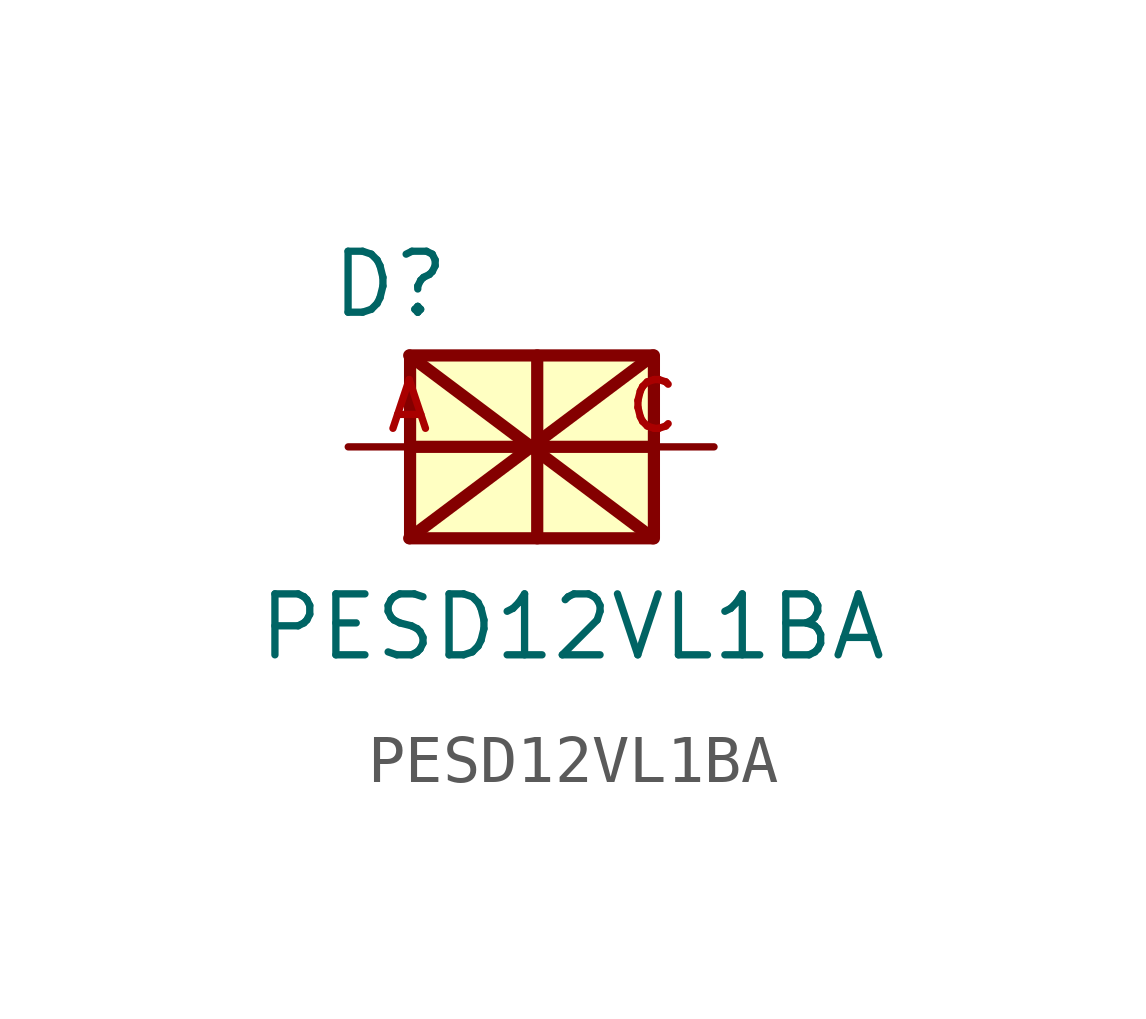
<source format=kicad_sym>
(kicad_symbol_lib
  (version 20211014)
  (generator kicad_symbol_editor)
  (symbol "PESD12VL1BA"
    (pin_names
      (offset 1.016))
    (property "Reference" "D"
      (at -2.946 2.642 0)
      (effects (font (size 1.27 1.27)) (justify bottom left)))
    (property "Value" "PESD12VL1BA"
      (at -4.47 -4.496 0)
      (effects (font (size 1.27 1.27)) (justify bottom left)))
    (symbol "PESD12VL1BA_0_0"
      (polyline (pts (xy -1.27 -1.905) (xy 1.27 0.0)) (stroke (width 0.254)))
      (polyline (pts (xy 1.27 0.0) (xy -1.27 1.905)) (stroke (width 0.254)))
      (polyline (pts (xy 1.397 1.905) (xy 1.397 -1.905)) (stroke (width 0.254)))
      (polyline (pts (xy 3.81 -1.905) (xy 1.27 0.0)) (stroke (width 0.254)))
      (polyline (pts (xy 1.27 0.0) (xy 3.81 1.905)) (stroke (width 0.254)))
      (polyline (pts (xy -1.27 0.0) (xy 3.81 0.0)) (stroke (width 0.254)))
      (rectangle (start -1.252 -1.905) (end 3.828 1.905) (stroke (width 0.254)) (fill (type background)))
      (pin passive line (at -2.54 0.0 0) (length 2.54) (name "~" (effects (font (size 1.016 1.016)))) (number "A" (effects (font (size 1.016 1.016)))))
      (pin passive line (at 5.08 0.0 180.0) (length 2.54) (name "~" (effects (font (size 1.016 1.016)))) (number "C" (effects (font (size 1.016 1.016))))))))
</source>
